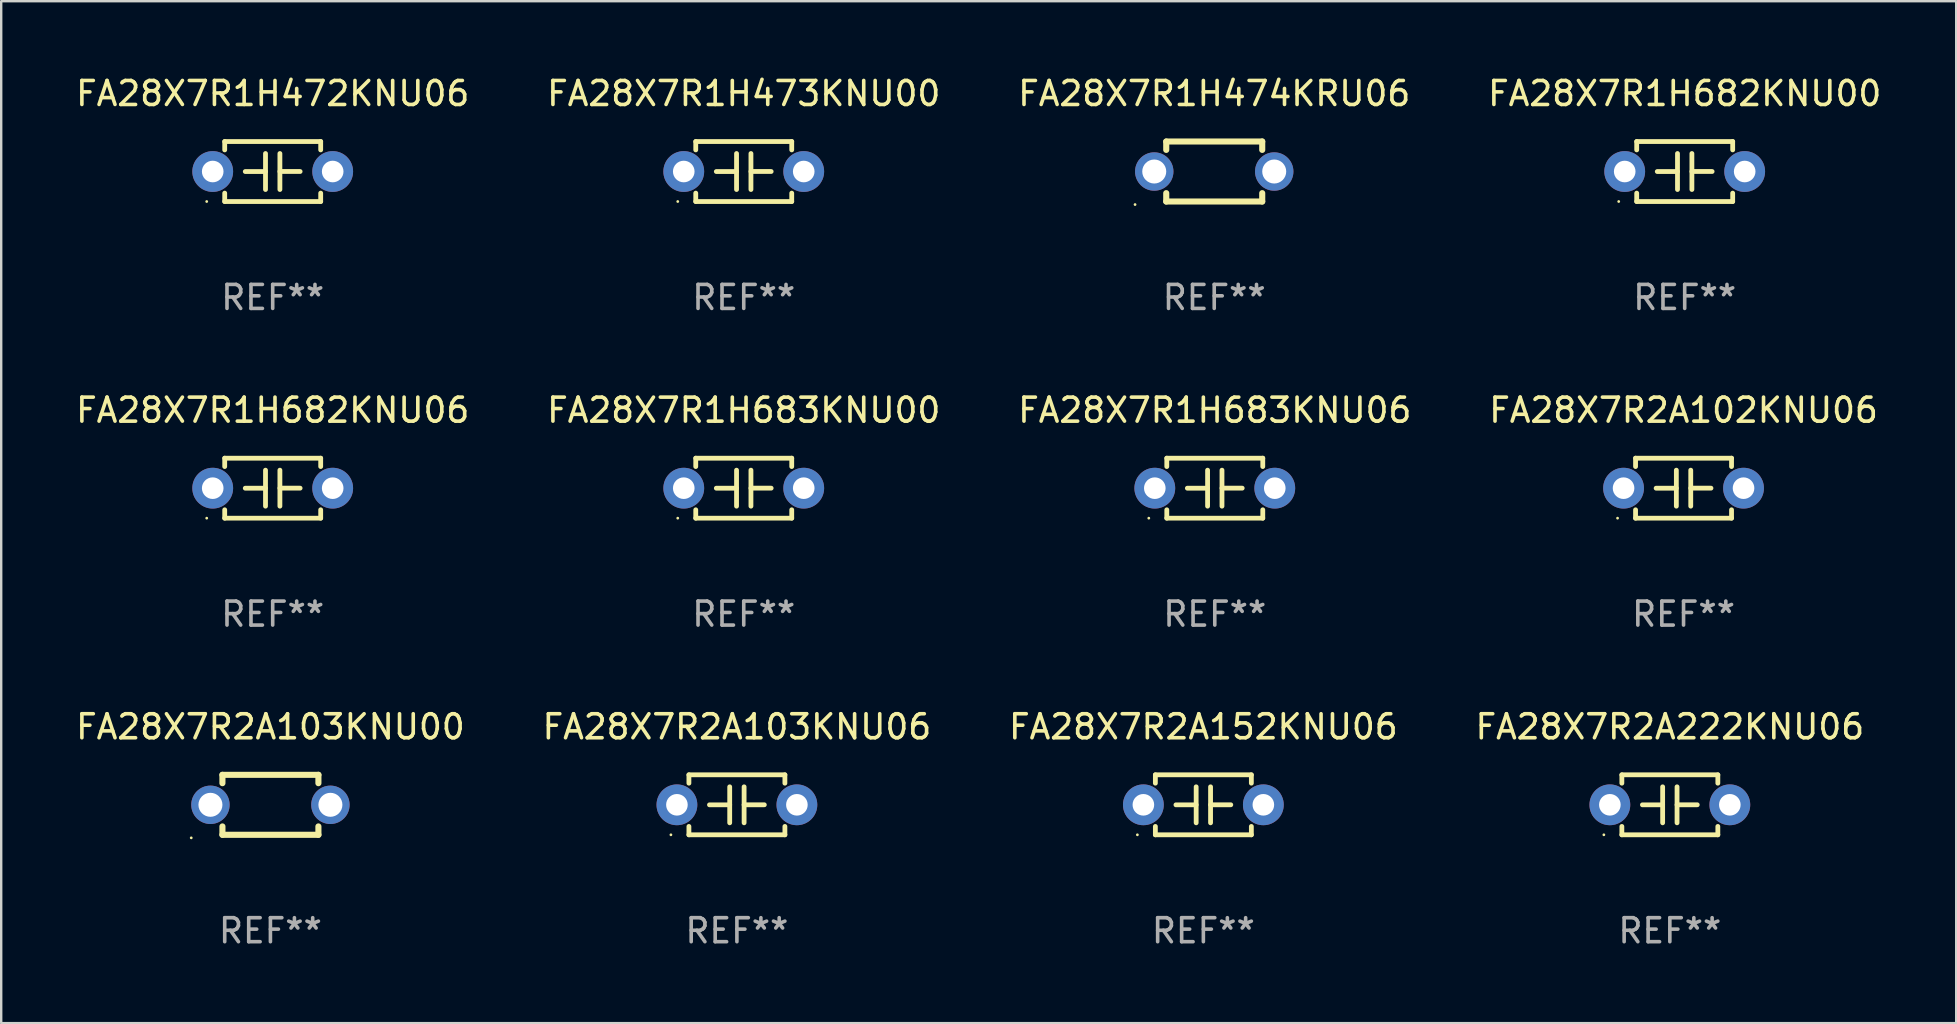
<source format=kicad_pcb>
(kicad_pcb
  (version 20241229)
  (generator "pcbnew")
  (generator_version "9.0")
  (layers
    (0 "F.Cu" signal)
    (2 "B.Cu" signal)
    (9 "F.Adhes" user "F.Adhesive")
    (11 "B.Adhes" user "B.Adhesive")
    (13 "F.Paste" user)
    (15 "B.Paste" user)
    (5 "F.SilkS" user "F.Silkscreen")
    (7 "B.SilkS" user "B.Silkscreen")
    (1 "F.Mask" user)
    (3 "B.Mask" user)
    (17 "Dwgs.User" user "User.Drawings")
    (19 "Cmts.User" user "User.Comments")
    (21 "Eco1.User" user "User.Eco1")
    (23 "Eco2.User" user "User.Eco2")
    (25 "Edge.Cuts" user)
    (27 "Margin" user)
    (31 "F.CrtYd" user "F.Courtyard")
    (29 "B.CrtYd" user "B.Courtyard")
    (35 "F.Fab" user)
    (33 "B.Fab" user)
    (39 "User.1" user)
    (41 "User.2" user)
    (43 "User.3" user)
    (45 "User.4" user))
  (footprint "FA28X7R1H682KNU06"
    (layer "F.Cu")
    (at 8.315 17.295)
    (property "Reference" "FA28X7R1H682KNU06" (at 0 -3.25 0) (layer "F.SilkS") (effects (font (size 1 1) (thickness 0.15))))
    (attr through_hole)
    (fp_line (start -2 -1.25) (end -2 -0.901) (stroke (width 0.2) (type solid)) (layer "F.SilkS"))
    (fp_line (start -2 -1.25) (end 2 -1.25) (stroke (width 0.2) (type solid)) (layer "F.SilkS"))
    (fp_line (start -2 0.901) (end -2 1.25) (stroke (width 0.2) (type solid)) (layer "F.SilkS"))
    (fp_line (start -0.3 -0.75) (end -0.3 0.75) (stroke (width 0.2) (type solid)) (layer "F.SilkS"))
    (fp_line (start -0.3 0.001) (end -1.143 0.001) (stroke (width 0.2) (type solid)) (layer "F.SilkS"))
    (fp_line (start 0.3 -0.001) (end 1.143 -0.001) (stroke (width 0.2) (type solid)) (layer "F.SilkS"))
    (fp_line (start 0.3 0.75) (end 0.3 -0.75) (stroke (width 0.2) (type solid)) (layer "F.SilkS"))
    (fp_line (start 2 -1.25) (end 2 -0.901) (stroke (width 0.2) (type solid)) (layer "F.SilkS"))
    (fp_line (start 2 0.901) (end 2 1.25) (stroke (width 0.2) (type solid)) (layer "F.SilkS"))
    (fp_line (start 2 1.25) (end -2 1.25) (stroke (width 0.2) (type solid)) (layer "F.SilkS"))
    (fp_circle (center -2.75 1.25) (end -2.72 1.25) (stroke (width 0.06) (type solid)) (fill no) (layer "F.SilkS"))
    (fp_text user "REF**" (at 0 5.25 0) (layer "F.Fab") (effects (font (size 1 1) (thickness 0.15))))
    (pad "1" thru_hole circle (at -2.5 0) (size 1.7 1.7) (drill 0.9) (layers "*.Cu" "*.Mask"))
    (pad "2" thru_hole circle (at 2.5 0) (size 1.7 1.7) (drill 0.9) (layers "*.Cu" "*.Mask")))
  (footprint "FA28X7R1H472KNU06"
    (layer "F.Cu")
    (at 8.315 4.098)
    (property "Reference" "FA28X7R1H472KNU06" (at 0 -3.25 0) (layer "F.SilkS") (effects (font (size 1 1) (thickness 0.15))))
    (attr through_hole)
    (fp_line (start -2 -1.25) (end -2 -0.901) (stroke (width 0.2) (type solid)) (layer "F.SilkS"))
    (fp_line (start -2 -1.25) (end 2 -1.25) (stroke (width 0.2) (type solid)) (layer "F.SilkS"))
    (fp_line (start -2 0.901) (end -2 1.25) (stroke (width 0.2) (type solid)) (layer "F.SilkS"))
    (fp_line (start -0.3 -0.75) (end -0.3 0.75) (stroke (width 0.2) (type solid)) (layer "F.SilkS"))
    (fp_line (start -0.3 0.001) (end -1.143 0.001) (stroke (width 0.2) (type solid)) (layer "F.SilkS"))
    (fp_line (start 0.3 -0.001) (end 1.143 -0.001) (stroke (width 0.2) (type solid)) (layer "F.SilkS"))
    (fp_line (start 0.3 0.75) (end 0.3 -0.75) (stroke (width 0.2) (type solid)) (layer "F.SilkS"))
    (fp_line (start 2 -1.25) (end 2 -0.901) (stroke (width 0.2) (type solid)) (layer "F.SilkS"))
    (fp_line (start 2 0.901) (end 2 1.25) (stroke (width 0.2) (type solid)) (layer "F.SilkS"))
    (fp_line (start 2 1.25) (end -2 1.25) (stroke (width 0.2) (type solid)) (layer "F.SilkS"))
    (fp_circle (center -2.75 1.25) (end -2.72 1.25) (stroke (width 0.06) (type solid)) (fill no) (layer "F.SilkS"))
    (fp_text user "REF**" (at 0 5.25 0) (layer "F.Fab") (effects (font (size 1 1) (thickness 0.15))))
    (pad "1" thru_hole circle (at -2.5 0) (size 1.7 1.7) (drill 0.9) (layers "*.Cu" "*.Mask"))
    (pad "2" thru_hole circle (at 2.5 0) (size 1.7 1.7) (drill 0.9) (layers "*.Cu" "*.Mask")))
  (footprint "FA28X7R1H683KNU00"
    (layer "F.Cu")
    (at 27.946 17.295)
    (property "Reference" "FA28X7R1H683KNU00" (at 0 -3.25 0) (layer "F.SilkS") (effects (font (size 1 1) (thickness 0.15))))
    (attr through_hole)
    (fp_line (start -2 -1.25) (end -2 -0.901) (stroke (width 0.2) (type solid)) (layer "F.SilkS"))
    (fp_line (start -2 -1.25) (end 2 -1.25) (stroke (width 0.2) (type solid)) (layer "F.SilkS"))
    (fp_line (start -2 0.901) (end -2 1.25) (stroke (width 0.2) (type solid)) (layer "F.SilkS"))
    (fp_line (start -0.3 -0.75) (end -0.3 0.75) (stroke (width 0.2) (type solid)) (layer "F.SilkS"))
    (fp_line (start -0.3 0.001) (end -1.143 0.001) (stroke (width 0.2) (type solid)) (layer "F.SilkS"))
    (fp_line (start 0.3 -0.001) (end 1.143 -0.001) (stroke (width 0.2) (type solid)) (layer "F.SilkS"))
    (fp_line (start 0.3 0.75) (end 0.3 -0.75) (stroke (width 0.2) (type solid)) (layer "F.SilkS"))
    (fp_line (start 2 -1.25) (end 2 -0.901) (stroke (width 0.2) (type solid)) (layer "F.SilkS"))
    (fp_line (start 2 0.901) (end 2 1.25) (stroke (width 0.2) (type solid)) (layer "F.SilkS"))
    (fp_line (start 2 1.25) (end -2 1.25) (stroke (width 0.2) (type solid)) (layer "F.SilkS"))
    (fp_circle (center -2.75 1.25) (end -2.72 1.25) (stroke (width 0.06) (type solid)) (fill no) (layer "F.SilkS"))
    (fp_text user "REF**" (at 0 5.25 0) (layer "F.Fab") (effects (font (size 1 1) (thickness 0.15))))
    (pad "1" thru_hole circle (at -2.5 0) (size 1.7 1.7) (drill 0.9) (layers "*.Cu" "*.Mask"))
    (pad "2" thru_hole circle (at 2.5 0) (size 1.7 1.7) (drill 0.9) (layers "*.Cu" "*.Mask")))
  (footprint "FA28X7R2A103KNU00"
    (layer "F.Cu")
    (at 8.22 30.491)
    (property "Reference" "FA28X7R2A103KNU00" (at 0 -3.25 0) (layer "F.SilkS") (effects (font (size 1 1) (thickness 0.15))))
    (attr through_hole)
    (fp_line (start -2 -1.25) (end -2 -0.901) (stroke (width 0.254) (type solid)) (layer "F.SilkS"))
    (fp_line (start -2 -1.25) (end 2 -1.25) (stroke (width 0.254) (type solid)) (layer "F.SilkS"))
    (fp_line (start -2 0.901) (end -2 1.25) (stroke (width 0.254) (type solid)) (layer "F.SilkS"))
    (fp_line (start 2 -1.25) (end 2 -0.901) (stroke (width 0.254) (type solid)) (layer "F.SilkS"))
    (fp_line (start 2 0.901) (end 2 1.25) (stroke (width 0.254) (type solid)) (layer "F.SilkS"))
    (fp_line (start 2 1.25) (end -2 1.25) (stroke (width 0.254) (type solid)) (layer "F.SilkS"))
    (fp_circle (center -3.3 1.377) (end -3.27 1.377) (stroke (width 0.06) (type solid)) (fill no) (layer "F.SilkS"))
    (fp_text user "REF**" (at 0 5.25 0) (layer "F.Fab") (effects (font (size 1 1) (thickness 0.15))))
    (pad "1" thru_hole circle (at -2.5 0) (size 1.6 1.6) (drill 1) (layers "*.Cu" "*.Mask"))
    (pad "2" thru_hole circle (at 2.5 0) (size 1.6 1.6) (drill 1) (layers "*.Cu" "*.Mask")))
  (footprint "FA28X7R1H474KRU06"
    (layer "F.Cu")
    (at 47.554 4.098)
    (property "Reference" "FA28X7R1H474KRU06" (at 0 -3.25 0) (layer "F.SilkS") (effects (font (size 1 1) (thickness 0.15))))
    (attr through_hole)
    (fp_line (start -2 -1.25) (end -2 -0.901) (stroke (width 0.254) (type solid)) (layer "F.SilkS"))
    (fp_line (start -2 -1.25) (end 2 -1.25) (stroke (width 0.254) (type solid)) (layer "F.SilkS"))
    (fp_line (start -2 0.901) (end -2 1.25) (stroke (width 0.254) (type solid)) (layer "F.SilkS"))
    (fp_line (start 2 -1.25) (end 2 -0.901) (stroke (width 0.254) (type solid)) (layer "F.SilkS"))
    (fp_line (start 2 0.901) (end 2 1.25) (stroke (width 0.254) (type solid)) (layer "F.SilkS"))
    (fp_line (start 2 1.25) (end -2 1.25) (stroke (width 0.254) (type solid)) (layer "F.SilkS"))
    (fp_circle (center -3.3 1.377) (end -3.27 1.377) (stroke (width 0.06) (type solid)) (fill no) (layer "F.SilkS"))
    (fp_text user "REF**" (at 0 5.25 0) (layer "F.Fab") (effects (font (size 1 1) (thickness 0.15))))
    (pad "1" thru_hole circle (at -2.5 0) (size 1.6 1.6) (drill 1) (layers "*.Cu" "*.Mask"))
    (pad "2" thru_hole circle (at 2.5 0) (size 1.6 1.6) (drill 1) (layers "*.Cu" "*.Mask")))
  (footprint "FA28X7R2A152KNU06"
    (layer "F.Cu")
    (at 47.101 30.491)
    (property "Reference" "FA28X7R2A152KNU06" (at 0 -3.25 0) (layer "F.SilkS") (effects (font (size 1 1) (thickness 0.15))))
    (attr through_hole)
    (fp_line (start -2 -1.25) (end -2 -0.901) (stroke (width 0.2) (type solid)) (layer "F.SilkS"))
    (fp_line (start -2 -1.25) (end 2 -1.25) (stroke (width 0.2) (type solid)) (layer "F.SilkS"))
    (fp_line (start -2 0.901) (end -2 1.25) (stroke (width 0.2) (type solid)) (layer "F.SilkS"))
    (fp_line (start -0.3 -0.75) (end -0.3 0.75) (stroke (width 0.2) (type solid)) (layer "F.SilkS"))
    (fp_line (start -0.3 0.001) (end -1.143 0.001) (stroke (width 0.2) (type solid)) (layer "F.SilkS"))
    (fp_line (start 0.3 -0.001) (end 1.143 -0.001) (stroke (width 0.2) (type solid)) (layer "F.SilkS"))
    (fp_line (start 0.3 0.75) (end 0.3 -0.75) (stroke (width 0.2) (type solid)) (layer "F.SilkS"))
    (fp_line (start 2 -1.25) (end 2 -0.901) (stroke (width 0.2) (type solid)) (layer "F.SilkS"))
    (fp_line (start 2 0.901) (end 2 1.25) (stroke (width 0.2) (type solid)) (layer "F.SilkS"))
    (fp_line (start 2 1.25) (end -2 1.25) (stroke (width 0.2) (type solid)) (layer "F.SilkS"))
    (fp_circle (center -2.75 1.25) (end -2.72 1.25) (stroke (width 0.06) (type solid)) (fill no) (layer "F.SilkS"))
    (fp_text user "REF**" (at 0 5.25 0) (layer "F.Fab") (effects (font (size 1 1) (thickness 0.15))))
    (pad "1" thru_hole circle (at -2.5 0) (size 1.7 1.7) (drill 0.9) (layers "*.Cu" "*.Mask"))
    (pad "2" thru_hole circle (at 2.5 0) (size 1.7 1.7) (drill 0.9) (layers "*.Cu" "*.Mask")))
  (footprint "FA28X7R2A222KNU06"
    (layer "F.Cu")
    (at 66.542 30.491)
    (property "Reference" "FA28X7R2A222KNU06" (at 0 -3.25 0) (layer "F.SilkS") (effects (font (size 1 1) (thickness 0.15))))
    (attr through_hole)
    (fp_line (start -2 -1.25) (end -2 -0.901) (stroke (width 0.2) (type solid)) (layer "F.SilkS"))
    (fp_line (start -2 -1.25) (end 2 -1.25) (stroke (width 0.2) (type solid)) (layer "F.SilkS"))
    (fp_line (start -2 0.901) (end -2 1.25) (stroke (width 0.2) (type solid)) (layer "F.SilkS"))
    (fp_line (start -0.3 -0.75) (end -0.3 0.75) (stroke (width 0.2) (type solid)) (layer "F.SilkS"))
    (fp_line (start -0.3 0.001) (end -1.143 0.001) (stroke (width 0.2) (type solid)) (layer "F.SilkS"))
    (fp_line (start 0.3 -0.001) (end 1.143 -0.001) (stroke (width 0.2) (type solid)) (layer "F.SilkS"))
    (fp_line (start 0.3 0.75) (end 0.3 -0.75) (stroke (width 0.2) (type solid)) (layer "F.SilkS"))
    (fp_line (start 2 -1.25) (end 2 -0.901) (stroke (width 0.2) (type solid)) (layer "F.SilkS"))
    (fp_line (start 2 0.901) (end 2 1.25) (stroke (width 0.2) (type solid)) (layer "F.SilkS"))
    (fp_line (start 2 1.25) (end -2 1.25) (stroke (width 0.2) (type solid)) (layer "F.SilkS"))
    (fp_circle (center -2.75 1.25) (end -2.72 1.25) (stroke (width 0.06) (type solid)) (fill no) (layer "F.SilkS"))
    (fp_text user "REF**" (at 0 5.25 0) (layer "F.Fab") (effects (font (size 1 1) (thickness 0.15))))
    (pad "1" thru_hole circle (at -2.5 0) (size 1.7 1.7) (drill 0.9) (layers "*.Cu" "*.Mask"))
    (pad "2" thru_hole circle (at 2.5 0) (size 1.7 1.7) (drill 0.9) (layers "*.Cu" "*.Mask")))
  (footprint "FA28X7R1H683KNU06"
    (layer "F.Cu")
    (at 47.577 17.295)
    (property "Reference" "FA28X7R1H683KNU06" (at 0 -3.25 0) (layer "F.SilkS") (effects (font (size 1 1) (thickness 0.15))))
    (attr through_hole)
    (fp_line (start -2 -1.25) (end -2 -0.901) (stroke (width 0.2) (type solid)) (layer "F.SilkS"))
    (fp_line (start -2 -1.25) (end 2 -1.25) (stroke (width 0.2) (type solid)) (layer "F.SilkS"))
    (fp_line (start -2 0.901) (end -2 1.25) (stroke (width 0.2) (type solid)) (layer "F.SilkS"))
    (fp_line (start -0.3 -0.75) (end -0.3 0.75) (stroke (width 0.2) (type solid)) (layer "F.SilkS"))
    (fp_line (start -0.3 0.001) (end -1.143 0.001) (stroke (width 0.2) (type solid)) (layer "F.SilkS"))
    (fp_line (start 0.3 -0.001) (end 1.143 -0.001) (stroke (width 0.2) (type solid)) (layer "F.SilkS"))
    (fp_line (start 0.3 0.75) (end 0.3 -0.75) (stroke (width 0.2) (type solid)) (layer "F.SilkS"))
    (fp_line (start 2 -1.25) (end 2 -0.901) (stroke (width 0.2) (type solid)) (layer "F.SilkS"))
    (fp_line (start 2 0.901) (end 2 1.25) (stroke (width 0.2) (type solid)) (layer "F.SilkS"))
    (fp_line (start 2 1.25) (end -2 1.25) (stroke (width 0.2) (type solid)) (layer "F.SilkS"))
    (fp_circle (center -2.75 1.25) (end -2.72 1.25) (stroke (width 0.06) (type solid)) (fill no) (layer "F.SilkS"))
    (fp_text user "REF**" (at 0 5.25 0) (layer "F.Fab") (effects (font (size 1 1) (thickness 0.15))))
    (pad "1" thru_hole circle (at -2.5 0) (size 1.7 1.7) (drill 0.9) (layers "*.Cu" "*.Mask"))
    (pad "2" thru_hole circle (at 2.5 0) (size 1.7 1.7) (drill 0.9) (layers "*.Cu" "*.Mask")))
  (footprint "FA28X7R1H473KNU00"
    (layer "F.Cu")
    (at 27.946 4.098)
    (property "Reference" "FA28X7R1H473KNU00" (at 0 -3.25 0) (layer "F.SilkS") (effects (font (size 1 1) (thickness 0.15))))
    (attr through_hole)
    (fp_line (start -2 -1.25) (end -2 -0.901) (stroke (width 0.2) (type solid)) (layer "F.SilkS"))
    (fp_line (start -2 -1.25) (end 2 -1.25) (stroke (width 0.2) (type solid)) (layer "F.SilkS"))
    (fp_line (start -2 0.901) (end -2 1.25) (stroke (width 0.2) (type solid)) (layer "F.SilkS"))
    (fp_line (start -0.3 -0.75) (end -0.3 0.75) (stroke (width 0.2) (type solid)) (layer "F.SilkS"))
    (fp_line (start -0.3 0.001) (end -1.143 0.001) (stroke (width 0.2) (type solid)) (layer "F.SilkS"))
    (fp_line (start 0.3 -0.001) (end 1.143 -0.001) (stroke (width 0.2) (type solid)) (layer "F.SilkS"))
    (fp_line (start 0.3 0.75) (end 0.3 -0.75) (stroke (width 0.2) (type solid)) (layer "F.SilkS"))
    (fp_line (start 2 -1.25) (end 2 -0.901) (stroke (width 0.2) (type solid)) (layer "F.SilkS"))
    (fp_line (start 2 0.901) (end 2 1.25) (stroke (width 0.2) (type solid)) (layer "F.SilkS"))
    (fp_line (start 2 1.25) (end -2 1.25) (stroke (width 0.2) (type solid)) (layer "F.SilkS"))
    (fp_circle (center -2.75 1.25) (end -2.72 1.25) (stroke (width 0.06) (type solid)) (fill no) (layer "F.SilkS"))
    (fp_text user "REF**" (at 0 5.25 0) (layer "F.Fab") (effects (font (size 1 1) (thickness 0.15))))
    (pad "1" thru_hole circle (at -2.5 0) (size 1.7 1.7) (drill 0.9) (layers "*.Cu" "*.Mask"))
    (pad "2" thru_hole circle (at 2.5 0) (size 1.7 1.7) (drill 0.9) (layers "*.Cu" "*.Mask")))
  (footprint "FA28X7R2A102KNU06"
    (layer "F.Cu")
    (at 67.113 17.295)
    (property "Reference" "FA28X7R2A102KNU06" (at 0 -3.25 0) (layer "F.SilkS") (effects (font (size 1 1) (thickness 0.15))))
    (attr through_hole)
    (fp_line (start -2 -1.25) (end -2 -0.901) (stroke (width 0.2) (type solid)) (layer "F.SilkS"))
    (fp_line (start -2 -1.25) (end 2 -1.25) (stroke (width 0.2) (type solid)) (layer "F.SilkS"))
    (fp_line (start -2 0.901) (end -2 1.25) (stroke (width 0.2) (type solid)) (layer "F.SilkS"))
    (fp_line (start -0.3 -0.75) (end -0.3 0.75) (stroke (width 0.2) (type solid)) (layer "F.SilkS"))
    (fp_line (start -0.3 0.001) (end -1.143 0.001) (stroke (width 0.2) (type solid)) (layer "F.SilkS"))
    (fp_line (start 0.3 -0.001) (end 1.143 -0.001) (stroke (width 0.2) (type solid)) (layer "F.SilkS"))
    (fp_line (start 0.3 0.75) (end 0.3 -0.75) (stroke (width 0.2) (type solid)) (layer "F.SilkS"))
    (fp_line (start 2 -1.25) (end 2 -0.901) (stroke (width 0.2) (type solid)) (layer "F.SilkS"))
    (fp_line (start 2 0.901) (end 2 1.25) (stroke (width 0.2) (type solid)) (layer "F.SilkS"))
    (fp_line (start 2 1.25) (end -2 1.25) (stroke (width 0.2) (type solid)) (layer "F.SilkS"))
    (fp_circle (center -2.75 1.25) (end -2.72 1.25) (stroke (width 0.06) (type solid)) (fill no) (layer "F.SilkS"))
    (fp_text user "REF**" (at 0 5.25 0) (layer "F.Fab") (effects (font (size 1 1) (thickness 0.15))))
    (pad "1" thru_hole circle (at -2.5 0) (size 1.7 1.7) (drill 0.9) (layers "*.Cu" "*.Mask"))
    (pad "2" thru_hole circle (at 2.5 0) (size 1.7 1.7) (drill 0.9) (layers "*.Cu" "*.Mask")))
  (footprint "FA28X7R2A103KNU06"
    (layer "F.Cu")
    (at 27.661 30.491)
    (property "Reference" "FA28X7R2A103KNU06" (at 0 -3.25 0) (layer "F.SilkS") (effects (font (size 1 1) (thickness 0.15))))
    (attr through_hole)
    (fp_line (start -2 -1.25) (end -2 -0.901) (stroke (width 0.2) (type solid)) (layer "F.SilkS"))
    (fp_line (start -2 -1.25) (end 2 -1.25) (stroke (width 0.2) (type solid)) (layer "F.SilkS"))
    (fp_line (start -2 0.901) (end -2 1.25) (stroke (width 0.2) (type solid)) (layer "F.SilkS"))
    (fp_line (start -0.3 -0.75) (end -0.3 0.75) (stroke (width 0.2) (type solid)) (layer "F.SilkS"))
    (fp_line (start -0.3 0.001) (end -1.143 0.001) (stroke (width 0.2) (type solid)) (layer "F.SilkS"))
    (fp_line (start 0.3 -0.001) (end 1.143 -0.001) (stroke (width 0.2) (type solid)) (layer "F.SilkS"))
    (fp_line (start 0.3 0.75) (end 0.3 -0.75) (stroke (width 0.2) (type solid)) (layer "F.SilkS"))
    (fp_line (start 2 -1.25) (end 2 -0.901) (stroke (width 0.2) (type solid)) (layer "F.SilkS"))
    (fp_line (start 2 0.901) (end 2 1.25) (stroke (width 0.2) (type solid)) (layer "F.SilkS"))
    (fp_line (start 2 1.25) (end -2 1.25) (stroke (width 0.2) (type solid)) (layer "F.SilkS"))
    (fp_circle (center -2.75 1.25) (end -2.72 1.25) (stroke (width 0.06) (type solid)) (fill no) (layer "F.SilkS"))
    (fp_text user "REF**" (at 0 5.25 0) (layer "F.Fab") (effects (font (size 1 1) (thickness 0.15))))
    (pad "1" thru_hole circle (at -2.5 0) (size 1.7 1.7) (drill 0.9) (layers "*.Cu" "*.Mask"))
    (pad "2" thru_hole circle (at 2.5 0) (size 1.7 1.7) (drill 0.9) (layers "*.Cu" "*.Mask")))
  (footprint "FA28X7R1H682KNU00"
    (layer "F.Cu")
    (at 67.161 4.098)
    (property "Reference" "FA28X7R1H682KNU00" (at 0 -3.25 0) (layer "F.SilkS") (effects (font (size 1 1) (thickness 0.15))))
    (attr through_hole)
    (fp_line (start -2 -1.25) (end -2 -0.901) (stroke (width 0.2) (type solid)) (layer "F.SilkS"))
    (fp_line (start -2 -1.25) (end 2 -1.25) (stroke (width 0.2) (type solid)) (layer "F.SilkS"))
    (fp_line (start -2 0.901) (end -2 1.25) (stroke (width 0.2) (type solid)) (layer "F.SilkS"))
    (fp_line (start -0.3 -0.75) (end -0.3 0.75) (stroke (width 0.2) (type solid)) (layer "F.SilkS"))
    (fp_line (start -0.3 0.001) (end -1.143 0.001) (stroke (width 0.2) (type solid)) (layer "F.SilkS"))
    (fp_line (start 0.3 -0.001) (end 1.143 -0.001) (stroke (width 0.2) (type solid)) (layer "F.SilkS"))
    (fp_line (start 0.3 0.75) (end 0.3 -0.75) (stroke (width 0.2) (type solid)) (layer "F.SilkS"))
    (fp_line (start 2 -1.25) (end 2 -0.901) (stroke (width 0.2) (type solid)) (layer "F.SilkS"))
    (fp_line (start 2 0.901) (end 2 1.25) (stroke (width 0.2) (type solid)) (layer "F.SilkS"))
    (fp_line (start 2 1.25) (end -2 1.25) (stroke (width 0.2) (type solid)) (layer "F.SilkS"))
    (fp_circle (center -2.75 1.25) (end -2.72 1.25) (stroke (width 0.06) (type solid)) (fill no) (layer "F.SilkS"))
    (fp_text user "REF**" (at 0 5.25 0) (layer "F.Fab") (effects (font (size 1 1) (thickness 0.15))))
    (pad "1" thru_hole circle (at -2.5 0) (size 1.7 1.7) (drill 0.9) (layers "*.Cu" "*.Mask"))
    (pad "2" thru_hole circle (at 2.5 0) (size 1.7 1.7) (drill 0.9) (layers "*.Cu" "*.Mask")))
  (gr_rect
    (start -3 -3)
    (end 78.476 39.59)
    (stroke (width 0.1) (type default))
    (fill no)
    (layer "Edge.Cuts")))
</source>
